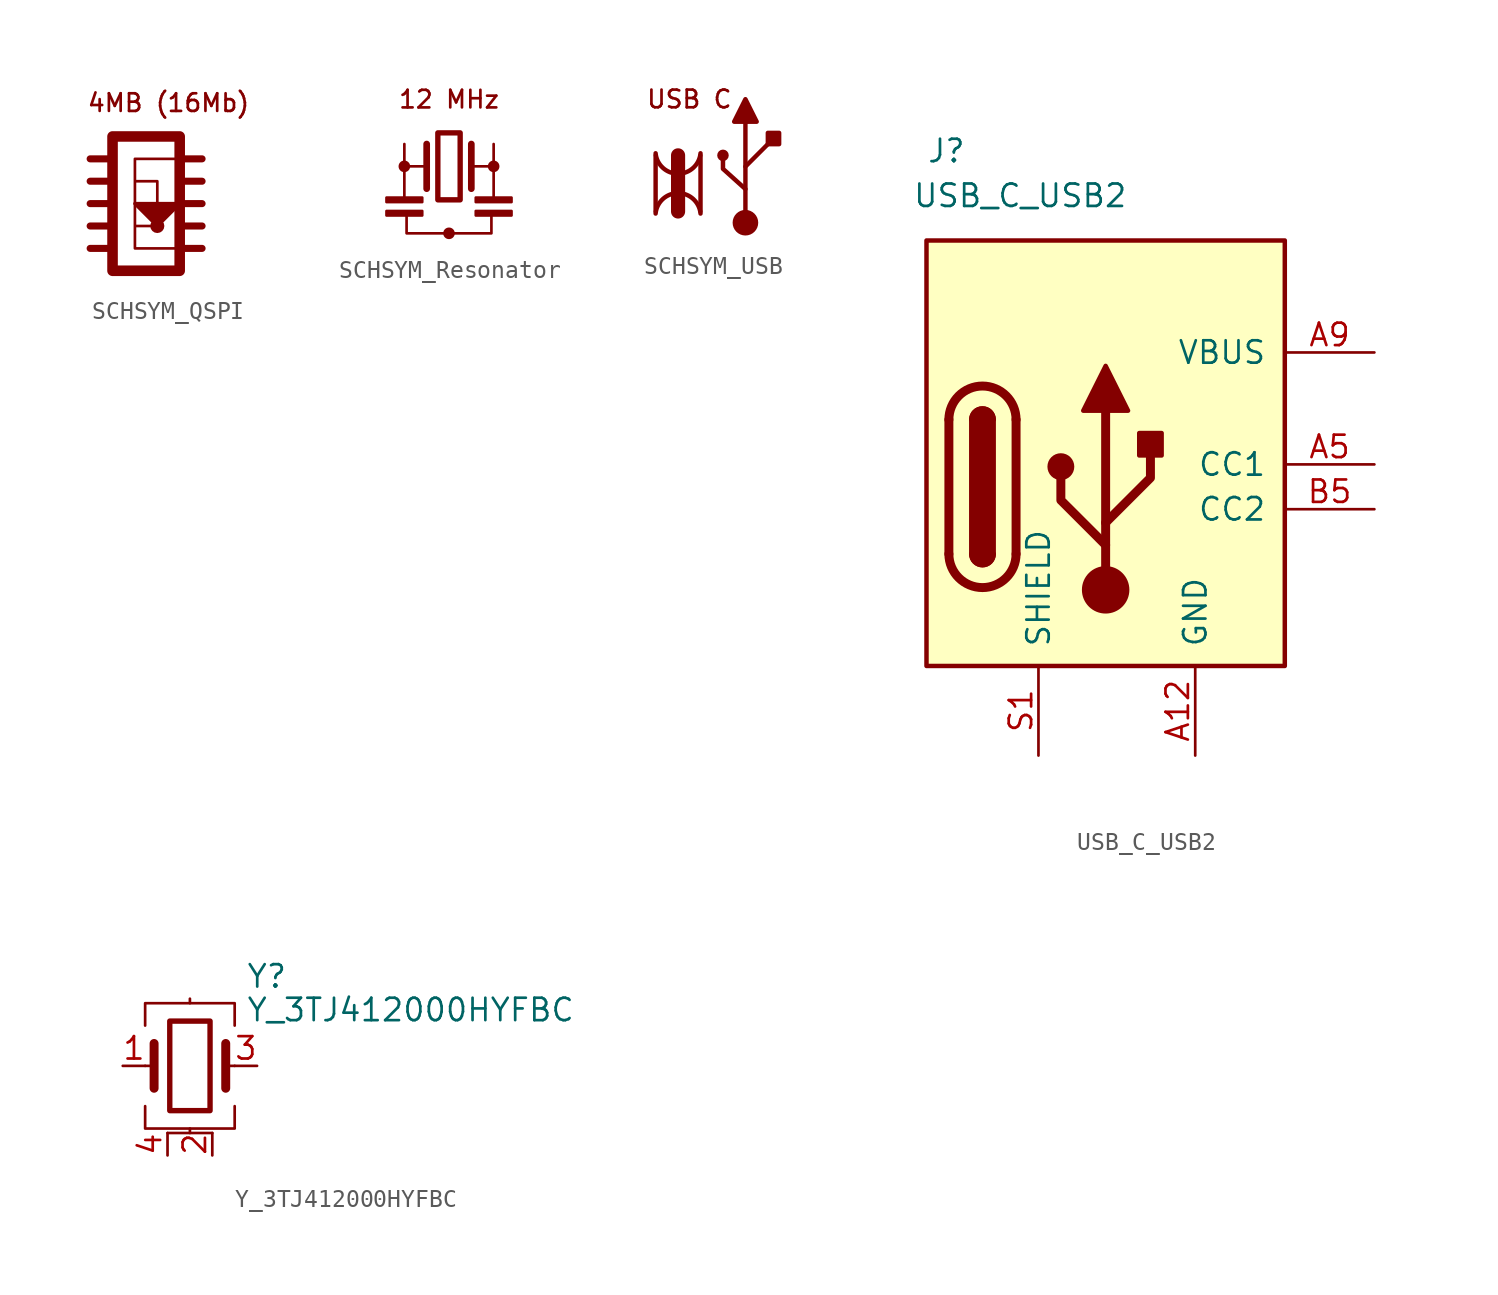
<source format=kicad_sym>
(kicad_symbol_lib
  (version 20211014)
  (generator kicad_symbol_editor)
  (symbol "SCHSYM_QSPI"
    (pin_names
      (offset 1.016) hide)
    (property "Reference" "SCH?"
      (at 4.191 -0.169 0)
      (effects (font (size 1.27 1.27)) (justify left) hide))
    (symbol "SCHSYM_QSPI_0_0"
      (text "4MB (16Mb)" (at 0.635 3.175 0) (effects (font (size 1 1)))))
    (symbol "SCHSYM_QSPI_0_1"
      (rectangle (start -2.54 1.27) (end 1.27 -6.35) (stroke (width 0.6) (type default) (color 0 0 0 0)) (fill (type none)))
      (circle (center 0 -3.81) (radius 0.0001) (stroke (width 0.4) (type default) (color 0 0 0 0)) (fill (type none)))
      (polyline (pts (xy -2.54 -5.08) (xy -3.81 -5.08)) (stroke (width 0.4) (type default) (color 0 0 0 0)) (fill (type none)))
      (polyline (pts (xy -2.54 -3.81) (xy -3.81 -3.81)) (stroke (width 0.4) (type default) (color 0 0 0 0)) (fill (type none)))
      (polyline (pts (xy -2.54 -2.54) (xy -3.81 -2.54)) (stroke (width 0.4) (type default) (color 0 0 0 0)) (fill (type none)))
      (polyline (pts (xy -2.54 -1.27) (xy -3.81 -1.27)) (stroke (width 0.4) (type default) (color 0 0 0 0)) (fill (type none)))
      (polyline (pts (xy -2.54 0) (xy -3.81 0)) (stroke (width 0.4) (type default) (color 0 0 0 0)) (fill (type none)))
      (polyline (pts (xy 2.54 -5.08) (xy 1.27 -5.08)) (stroke (width 0.4) (type default) (color 0 0 0 0)) (fill (type none)))
      (polyline (pts (xy 2.54 -3.81) (xy 1.27 -3.81)) (stroke (width 0.4) (type default) (color 0 0 0 0)) (fill (type none)))
      (polyline (pts (xy 2.54 -2.54) (xy 1.27 -2.54)) (stroke (width 0.4) (type default) (color 0 0 0 0)) (fill (type none)))
      (polyline (pts (xy 2.54 -1.27) (xy 1.27 -1.27)) (stroke (width 0.4) (type default) (color 0 0 0 0)) (fill (type none)))
      (polyline (pts (xy 2.54 0) (xy 1.27 0)) (stroke (width 0.4) (type default) (color 0 0 0 0)) (fill (type none)))
      (polyline (pts (xy 0 -3.81) (xy -1.27 -2.54) (xy 0 -2.54) (xy 1.27 -2.54) (xy 0 -3.81)) (stroke (width 0.2) (type default) (color 0 0 0 0)) (fill (type outline)))
      (polyline (pts (xy 1.27 -5.08) (xy -1.27 -5.08) (xy -1.27 -1.27) (xy 0 -1.27) (xy 0 -3.81) (xy -1.27 -3.81) (xy -1.27 0) (xy 1.27 0)) (stroke (width 0) (type default) (color 0 0 0 0)) (fill (type none)))))
  (symbol "SCHSYM_Resonator"
    (pin_names
      (offset 1.016) hide)
    (property "Reference" "SCH?"
      (at 4.191 -0.169 0)
      (effects (font (size 1.27 1.27)) (justify left) hide))
    (symbol "SCHSYM_Resonator_0_0"
      (text "12 MHz" (at 0 3.81 0) (effects (font (size 1 1)))))
    (symbol "SCHSYM_Resonator_0_1"
      (rectangle (start -3.556 -2.54) (end -1.524 -2.794) (stroke (width 0) (type default) (color 0 0 0 0)) (fill (type outline)))
      (rectangle (start -3.556 -1.778) (end -1.524 -2.032) (stroke (width 0) (type default) (color 0 0 0 0)) (fill (type outline)))
      (circle (center -2.54 0) (radius 0.254) (stroke (width 0) (type default) (color 0 0 0 0)) (fill (type outline)))
      (rectangle (start -0.635 1.905) (end 0.635 -1.905) (stroke (width 0.305) (type default) (color 0 0 0 0)) (fill (type none)))
      (circle (center 0 -3.81) (radius 0.254) (stroke (width 0) (type default) (color 0 0 0 0)) (fill (type outline)))
      (polyline (pts (xy -2.54 -1.778) (xy -2.54 0)) (stroke (width 0) (type default) (color 0 0 0 0)) (fill (type none)))
      (polyline (pts (xy -2.54 0) (xy -1.397 0)) (stroke (width 0) (type default) (color 0 0 0 0)) (fill (type none)))
      (polyline (pts (xy -2.54 1.27) (xy -2.54 0)) (stroke (width 0) (type default) (color 0 0 0 0)) (fill (type none)))
      (polyline (pts (xy -1.27 -1.27) (xy -1.27 1.27)) (stroke (width 0.381) (type default) (color 0 0 0 0)) (fill (type none)))
      (polyline (pts (xy 1.27 -1.27) (xy 1.27 1.27)) (stroke (width 0.381) (type default) (color 0 0 0 0)) (fill (type none)))
      (polyline (pts (xy 1.27 0) (xy 2.54 0)) (stroke (width 0) (type default) (color 0 0 0 0)) (fill (type none)))
      (polyline (pts (xy 2.54 0) (xy 2.54 -1.778)) (stroke (width 0) (type default) (color 0 0 0 0)) (fill (type none)))
      (polyline (pts (xy 2.54 1.27) (xy 2.54 0)) (stroke (width 0) (type default) (color 0 0 0 0)) (fill (type none)))
      (polyline (pts (xy 2.413 -2.794) (xy 2.413 -3.81) (xy -2.413 -3.81) (xy -2.413 -2.667)) (stroke (width 0) (type default) (color 0 0 0 0)) (fill (type none)))
      (rectangle (start 1.524 -2.54) (end 3.556 -2.794) (stroke (width 0) (type default) (color 0 0 0 0)) (fill (type outline)))
      (rectangle (start 1.524 -1.778) (end 3.556 -2.032) (stroke (width 0) (type default) (color 0 0 0 0)) (fill (type outline)))
      (circle (center 2.54 0) (radius 0.254) (stroke (width 0) (type default) (color 0 0 0 0)) (fill (type outline)))))
  (symbol "SCHSYM_USB"
    (pin_names
      (offset 1.016))
    (property "Reference" "USB_SYM"
      (at -4.445 0 0)
      (effects (font (size 1.27 1.27)) (justify left) hide))
    (symbol "SCHSYM_USB_0_0"
      (text "USB C" (at -1.27 4.445 0) (effects (font (size 1 1)))))
    (symbol "SCHSYM_USB_0_1"
      (arc (start -3.175 1.3883) (mid -1.905 -0.0055) (end -0.635 1.3883) (stroke (width 0.25) (type default) (color 0 0 0 0)) (fill (type none)))
      (arc (start -0.635 -2.0233) (mid -1.905 -0.6295) (end -3.175 -2.0233) (stroke (width 0.25) (type default) (color 0 0 0 0)) (fill (type none)))
      (polyline (pts (xy -3.175 -1.905) (xy -3.175 1.27)) (stroke (width 0.25) (type default) (color 0 0 0 0)) (fill (type none)))
      (polyline (pts (xy -1.905 -1.905) (xy -1.905 1.27)) (stroke (width 0.8) (type default) (color 0 0 0 0)) (fill (type none)))
      (polyline (pts (xy -0.635 1.27) (xy -0.635 -1.905)) (stroke (width 0.25) (type default) (color 0 0 0 0)) (fill (type none)))
      (polyline (pts (xy 1.905 -2.54) (xy 1.905 3.175)) (stroke (width 0.25) (type default) (color 0 0 0 0)) (fill (type none)))
      (polyline (pts (xy 1.905 -0.635) (xy 0.635 0.508) (xy 0.635 1.27)) (stroke (width 0.254) (type default) (color 0 0 0 0)) (fill (type none)))
      (polyline (pts (xy 1.905 0.635) (xy 3.175 1.905) (xy 3.175 1.905)) (stroke (width 0.25) (type default) (color 0 0 0 0)) (fill (type none)))
      (polyline (pts (xy 1.27 3.175) (xy 1.905 4.445) (xy 2.54 3.175) (xy 1.27 3.175)) (stroke (width 0.254) (type default) (color 0 0 0 0)) (fill (type outline)))
      (circle (center 0.635 1.27) (radius 0.127) (stroke (width 0.4) (type default) (color 0 0 0 0)) (fill (type outline)))
      (circle (center 1.905 -2.54) (radius 0.648) (stroke (width 0) (type default) (color 0 0 0 0)) (fill (type outline)))
      (rectangle (start 3.175 2.54) (end 3.81 1.905) (stroke (width 0.254) (type default) (color 0 0 0 0)) (fill (type outline)))))
  (symbol "USB_C_USB2"
    (pin_names
      (offset 1.016))
    (property "Reference" "J"
      (at -10.16 19.05 0)
      (effects (font (size 1.27 1.27)) (justify left)))
    (property "Value" "USB_C_USB2"
      (at 1.27 16.51 0)
      (effects (font (size 1.27 1.27)) (justify right)))
    (symbol "USB_C_USB2_0_1"
      (rectangle (start -10.16 13.97) (end 10.16 -10.16) (stroke (width 0.254) (type default) (color 0 0 0 0)) (fill (type background)))
      (arc (start -8.89 -3.81) (mid -6.985 -5.715) (end -5.08 -3.81) (stroke (width 0.508) (type default) (color 0 0 0 0)) (fill (type none)))
      (arc (start -7.62 -3.81) (mid -6.985 -4.445) (end -6.35 -3.81) (stroke (width 0.254) (type default) (color 0 0 0 0)) (fill (type none)))
      (arc (start -7.62 -3.81) (mid -6.985 -4.445) (end -6.35 -3.81) (stroke (width 0.254) (type default) (color 0 0 0 0)) (fill (type outline)))
      (rectangle (start -7.62 -3.81) (end -6.35 3.81) (stroke (width 0.254) (type default) (color 0 0 0 0)) (fill (type outline)))
      (arc (start -6.35 3.81) (mid -6.985 4.445) (end -7.62 3.81) (stroke (width 0.254) (type default) (color 0 0 0 0)) (fill (type none)))
      (arc (start -6.35 3.81) (mid -6.985 4.445) (end -7.62 3.81) (stroke (width 0.254) (type default) (color 0 0 0 0)) (fill (type outline)))
      (arc (start -5.08 3.81) (mid -6.985 5.715) (end -8.89 3.81) (stroke (width 0.508) (type default) (color 0 0 0 0)) (fill (type none)))
      (circle (center -2.54 1.143) (radius 0.635) (stroke (width 0.254) (type default) (color 0 0 0 0)) (fill (type outline)))
      (circle (center 0 -5.842) (radius 1.27) (stroke (width 0) (type default) (color 0 0 0 0)) (fill (type outline)))
      (polyline (pts (xy -8.89 -3.81) (xy -8.89 3.81)) (stroke (width 0.508) (type default) (color 0 0 0 0)) (fill (type none)))
      (polyline (pts (xy -5.08 3.81) (xy -5.08 -3.81)) (stroke (width 0.508) (type default) (color 0 0 0 0)) (fill (type none)))
      (polyline (pts (xy 0 -5.842) (xy 0 4.318)) (stroke (width 0.508) (type default) (color 0 0 0 0)) (fill (type none)))
      (polyline (pts (xy 0 -3.302) (xy -2.54 -0.762) (xy -2.54 0.508)) (stroke (width 0.508) (type default) (color 0 0 0 0)) (fill (type none)))
      (polyline (pts (xy 0 -2.032) (xy 2.54 0.508) (xy 2.54 1.778)) (stroke (width 0.508) (type default) (color 0 0 0 0)) (fill (type none)))
      (polyline (pts (xy -1.27 4.318) (xy 0 6.858) (xy 1.27 4.318) (xy -1.27 4.318)) (stroke (width 0.254) (type default) (color 0 0 0 0)) (fill (type outline)))
      (rectangle (start 1.905 1.778) (end 3.175 3.048) (stroke (width 0.254) (type default) (color 0 0 0 0)) (fill (type outline))))
    (symbol "USB_C_USB2_1_1"
      (pin passive line (at 5.08 -15.24 90) (length 5.08) (name "GND" (effects (font (size 1.27 1.27)))) (number "A12" (effects (font (size 1.27 1.27)))))
      (pin passive line (at 15.24 1.27 180) (length 5.08) (name "CC1" (effects (font (size 1.27 1.27)))) (number "A5" (effects (font (size 1.27 1.27)))))
      (pin passive line (at 15.24 7.62 180) (length 5.08) (name "VBUS" (effects (font (size 1.27 1.27)))) (number "A9" (effects (font (size 1.27 1.27)))))
      (pin passive line (at 5.08 -15.24 90) (length 5.08) hide (name "GND" (effects (font (size 1.27 1.27)))) (number "B12" (effects (font (size 1.27 1.27)))))
      (pin passive line (at 15.24 -1.27 180) (length 5.08) (name "CC2" (effects (font (size 1.27 1.27)))) (number "B5" (effects (font (size 1.27 1.27)))))
      (pin passive line (at 15.24 7.62 180) (length 5.08) hide (name "VBUS" (effects (font (size 1.27 1.27)))) (number "B9" (effects (font (size 1.27 1.27)))))
      (pin passive line (at -3.81 -15.24 90) (length 5.08) (name "SHIELD" (effects (font (size 1.27 1.27)))) (number "S1" (effects (font (size 1.27 1.27)))))))
  (symbol "Y_3TJ412000HYFBC"
    (pin_names
      (offset 1.016) hide)
    (property "Reference" "Y"
      (at 3.175 5.08 0)
      (effects (font (size 1.27 1.27)) (justify left)))
    (property "Value" "Y_3TJ412000HYFBC"
      (at 3.175 3.175 0)
      (effects (font (size 1.27 1.27)) (justify left)))
    (symbol "Y_3TJ412000HYFBC_0_1"
      (rectangle (start -1.143 2.54) (end 1.143 -2.54) (stroke (width 0.305) (type default) (color 0 0 0 0)) (fill (type none)))
      (polyline (pts (xy -2.54 0) (xy -2.032 0)) (stroke (width 0) (type default) (color 0 0 0 0)) (fill (type none)))
      (polyline (pts (xy -2.032 -1.27) (xy -2.032 1.27)) (stroke (width 0.508) (type default) (color 0 0 0 0)) (fill (type none)))
      (polyline (pts (xy -1.27 -3.81) (xy 1.27 -3.81)) (stroke (width 0) (type default) (color 0 0 0 0)) (fill (type none)))
      (polyline (pts (xy 0 -3.81) (xy 0 -3.556)) (stroke (width 0) (type default) (color 0 0 0 0)) (fill (type none)))
      (polyline (pts (xy 0 3.556) (xy 0 3.81)) (stroke (width 0) (type default) (color 0 0 0 0)) (fill (type none)))
      (polyline (pts (xy 2.032 -1.27) (xy 2.032 1.27)) (stroke (width 0.508) (type default) (color 0 0 0 0)) (fill (type none)))
      (polyline (pts (xy 2.032 0) (xy 2.54 0)) (stroke (width 0) (type default) (color 0 0 0 0)) (fill (type none)))
      (polyline (pts (xy -2.54 -2.286) (xy -2.54 -3.556) (xy 2.54 -3.556) (xy 2.54 -2.286)) (stroke (width 0) (type default) (color 0 0 0 0)) (fill (type none)))
      (polyline (pts (xy -2.54 2.286) (xy -2.54 3.556) (xy 2.54 3.556) (xy 2.54 2.286)) (stroke (width 0) (type default) (color 0 0 0 0)) (fill (type none))))
    (symbol "Y_3TJ412000HYFBC_1_1"
      (pin passive line (at -3.81 0 0) (length 1.27) (name "X1" (effects (font (size 1.27 1.27)))) (number "1" (effects (font (size 1.27 1.27)))))
      (pin power_in line (at 1.27 -5.08 90) (length 1.27) (name "GND" (effects (font (size 1.27 1.27)))) (number "2" (effects (font (size 1.27 1.27)))))
      (pin passive line (at 3.81 0 180) (length 1.27) (name "X2" (effects (font (size 1.27 1.27)))) (number "3" (effects (font (size 1.27 1.27)))))
      (pin power_in line (at -1.27 -5.08 90) (length 1.27) (name "GND" (effects (font (size 1.27 1.27)))) (number "4" (effects (font (size 1.27 1.27))))))))
</source>
